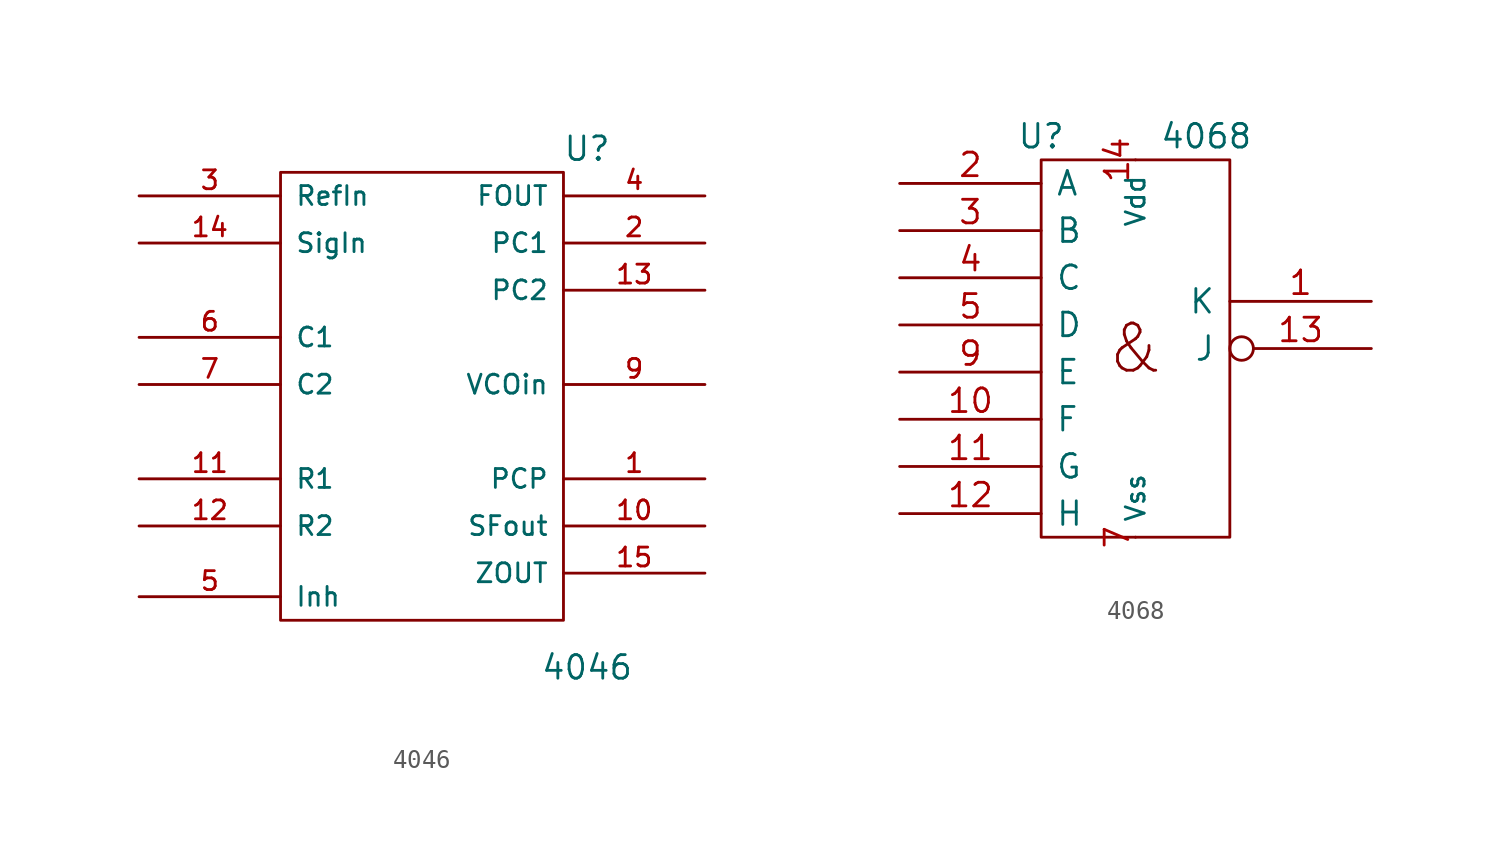
<source format=kicad_sym>
(kicad_symbol_lib
  (version 20201005)
  (generator kicad_symbol_editor)
  (symbol "4xxx_IEEE:4046"
    (pin_names
      (offset 0.762))
    (property "Reference" "U"
      (at 8.89 12.7 0)
      (effects (font (size 1.27 1.27))))
    (property "Value" "4046"
      (at 8.89 -15.24 0)
      (effects (font (size 1.27 1.27))))
    (symbol "4046_0_1"
      (rectangle (start -7.62 11.43) (end 7.62 -12.7) (stroke (width 0)) (fill (type none)))
      (pin power_in line (at 0 11.43 270) (length 0) hide (name "VDD" (effects (font (size 1.016 1.016)))) (number "16" (effects (font (size 1.016 1.016)))))
      (pin power_in line (at 0 -12.7 90) (length 0) hide (name "VSS" (effects (font (size 1.016 1.016)))) (number "8" (effects (font (size 1.016 1.016))))))
    (symbol "4046_1_1"
      (pin output line (at 15.24 -5.08 180) (length 7.62) (name "PCP" (effects (font (size 1.016 1.016)))) (number "1" (effects (font (size 1.016 1.016)))))
      (pin output line (at 15.24 -7.62 180) (length 7.62) (name "SFout" (effects (font (size 1.016 1.016)))) (number "10" (effects (font (size 1.016 1.016)))))
      (pin input line (at -15.24 -5.08 0) (length 7.62) (name "R1" (effects (font (size 1.016 1.016)))) (number "11" (effects (font (size 1.016 1.016)))))
      (pin input line (at -15.24 -7.62 0) (length 7.62) (name "R2" (effects (font (size 1.016 1.016)))) (number "12" (effects (font (size 1.016 1.016)))))
      (pin tri_state line (at 15.24 5.08 180) (length 7.62) (name "PC2" (effects (font (size 1.016 1.016)))) (number "13" (effects (font (size 1.016 1.016)))))
      (pin input line (at -15.24 7.62 0) (length 7.62) (name "SigIn" (effects (font (size 1.016 1.016)))) (number "14" (effects (font (size 1.016 1.016)))))
      (pin output line (at 15.24 -10.16 180) (length 7.62) (name "ZOUT" (effects (font (size 1.016 1.016)))) (number "15" (effects (font (size 1.016 1.016)))))
      (pin output line (at 15.24 7.62 180) (length 7.62) (name "PC1" (effects (font (size 1.016 1.016)))) (number "2" (effects (font (size 1.016 1.016)))))
      (pin input line (at -15.24 10.16 0) (length 7.62) (name "RefIn" (effects (font (size 1.016 1.016)))) (number "3" (effects (font (size 1.016 1.016)))))
      (pin input line (at 15.24 10.16 180) (length 7.62) (name "FOUT" (effects (font (size 1.016 1.016)))) (number "4" (effects (font (size 1.016 1.016)))))
      (pin input line (at -15.24 -11.43 0) (length 7.62) (name "Inh" (effects (font (size 1.016 1.016)))) (number "5" (effects (font (size 1.016 1.016)))))
      (pin input line (at -15.24 2.54 0) (length 7.62) (name "C1" (effects (font (size 1.016 1.016)))) (number "6" (effects (font (size 1.016 1.016)))))
      (pin input line (at -15.24 0 0) (length 7.62) (name "C2" (effects (font (size 1.016 1.016)))) (number "7" (effects (font (size 1.016 1.016)))))
      (pin input line (at 15.24 0 180) (length 7.62) (name "VCOin" (effects (font (size 1.016 1.016)))) (number "9" (effects (font (size 1.016 1.016)))))))
  (symbol "4xxx_IEEE:4068"
    (pin_names
      (offset 0.762))
    (property "Reference" "U"
      (at -5.08 11.43 0)
      (effects (font (size 1.27 1.27))))
    (property "Value" "4068"
      (at 3.81 11.43 0)
      (effects (font (size 1.27 1.27))))
    (symbol "4068_0_0"
      (text "&" (at 0 0 0) (effects (font (size 2.54 2.54))))
      (rectangle (start -5.08 10.16) (end 5.08 -10.16) (stroke (width 0)) (fill (type none))))
    (symbol "4068_0_1"
      (pin power_in line (at 0 10.16 270) (length 0) (name "Vdd" (effects (font (size 1.016 1.016)))) (number "14" (effects (font (size 1.27 1.27)))))
      (pin power_in line (at 0 -10.16 90) (length 0) (name "Vss" (effects (font (size 1.016 1.016)))) (number "7" (effects (font (size 1.27 1.27))))))
    (symbol "4068_1_1"
      (pin output line (at 12.7 2.54 180) (length 7.62) (name "K" (effects (font (size 1.27 1.27)))) (number "1" (effects (font (size 1.27 1.27)))))
      (pin input line (at -12.7 -3.81 0) (length 7.62) (name "F" (effects (font (size 1.27 1.27)))) (number "10" (effects (font (size 1.27 1.27)))))
      (pin input line (at -12.7 -6.35 0) (length 7.62) (name "G" (effects (font (size 1.27 1.27)))) (number "11" (effects (font (size 1.27 1.27)))))
      (pin input line (at -12.7 -8.89 0) (length 7.62) (name "H" (effects (font (size 1.27 1.27)))) (number "12" (effects (font (size 1.27 1.27)))))
      (pin output inverted (at 12.7 0 180) (length 7.62) (name "J" (effects (font (size 1.27 1.27)))) (number "13" (effects (font (size 1.27 1.27)))))
      (pin input line (at -12.7 8.89 0) (length 7.62) (name "A" (effects (font (size 1.27 1.27)))) (number "2" (effects (font (size 1.27 1.27)))))
      (pin input line (at -12.7 6.35 0) (length 7.62) (name "B" (effects (font (size 1.27 1.27)))) (number "3" (effects (font (size 1.27 1.27)))))
      (pin input line (at -12.7 3.81 0) (length 7.62) (name "C" (effects (font (size 1.27 1.27)))) (number "4" (effects (font (size 1.27 1.27)))))
      (pin input line (at -12.7 1.27 0) (length 7.62) (name "D" (effects (font (size 1.27 1.27)))) (number "5" (effects (font (size 1.27 1.27)))))
      (pin input line (at -12.7 -1.27 0) (length 7.62) (name "E" (effects (font (size 1.27 1.27)))) (number "9" (effects (font (size 1.27 1.27))))))))
</source>
